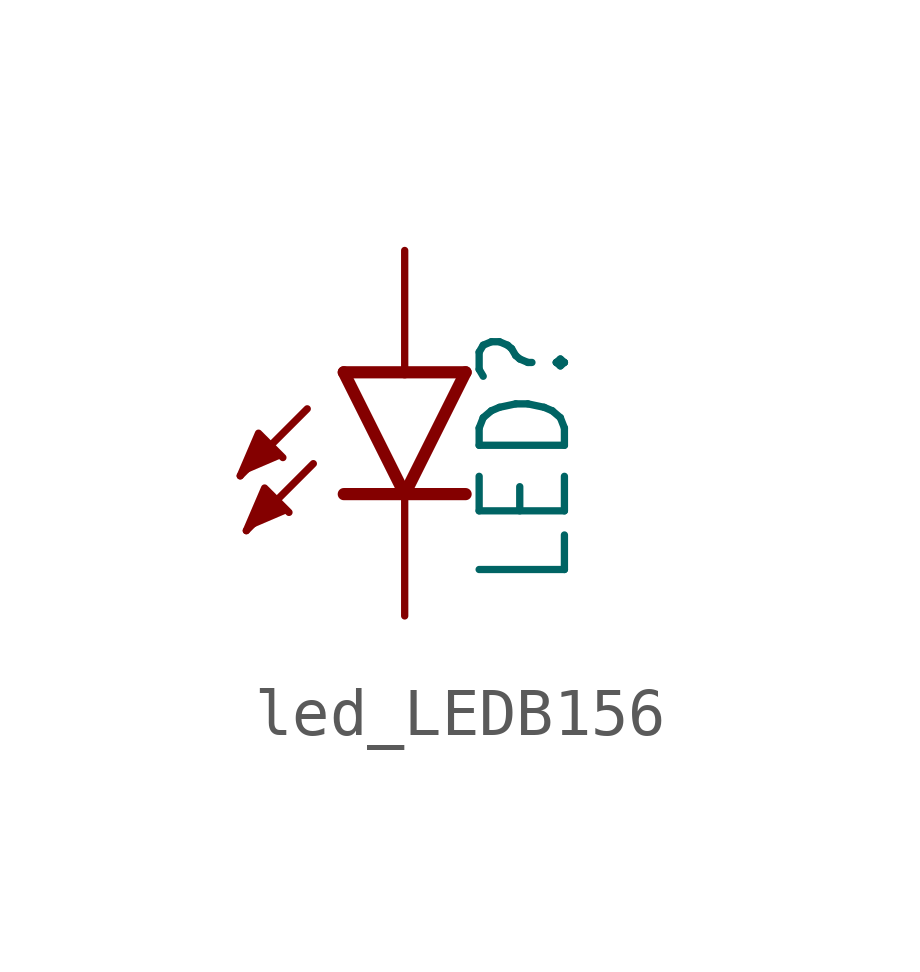
<source format=kicad_sym>
(kicad_symbol_lib
  (version 20231120)
  (generator "kicad_symbol_editor")
  (generator_version "8.0")
  (symbol "led_LEDB156"
    (property "Reference" "LED"
      (at 3.556 -4.572 90)
      (effects (font (size 1.778 1.511)) (justify left bottom)))
    (property "Value" ""
      (at 5.715 -4.572 90)
      (effects (font (size 1.778 1.511)) (justify left bottom)))
    (property "ki_locked" ""
      (at 0 0 0)
      (effects (font (size 1.27 1.27))))
    (symbol "led_LEDB156_1_0"
      (polyline (pts (xy -2.032 -0.762) (xy -3.429 -2.159)) (stroke (width 0.152) (type solid)) (fill (type none)))
      (polyline (pts (xy -1.905 -1.905) (xy -3.302 -3.302)) (stroke (width 0.152) (type solid)) (fill (type none)))
      (polyline (pts (xy 0 -2.54) (xy -1.27 -2.54)) (stroke (width 0.254) (type solid)) (fill (type none)))
      (polyline (pts (xy 0 -2.54) (xy -1.27 0)) (stroke (width 0.254) (type solid)) (fill (type none)))
      (polyline (pts (xy 0 0) (xy -1.27 0)) (stroke (width 0.254) (type solid)) (fill (type none)))
      (polyline (pts (xy 1.27 -2.54) (xy 0 -2.54)) (stroke (width 0.254) (type solid)) (fill (type none)))
      (polyline (pts (xy 1.27 0) (xy 0 -2.54)) (stroke (width 0.254) (type solid)) (fill (type none)))
      (polyline (pts (xy 1.27 0) (xy 0 0)) (stroke (width 0.254) (type solid)) (fill (type none)))
      (polyline (pts (xy -3.429 -2.159) (xy -3.048 -1.27) (xy -2.54 -1.778)) (stroke (width 0.152) (type solid)) (fill (type outline)))
      (polyline (pts (xy -3.302 -3.302) (xy -2.921 -2.413) (xy -2.413 -2.921)) (stroke (width 0.152) (type solid)) (fill (type outline)))
      (pin passive line (at 0 2.54 270) (length 2.54) (name "A" (effects (font (size 0 0)))) (number "A" (effects (font (size 0 0)))))
      (pin passive line (at 0 -5.08 90) (length 2.54) (name "C" (effects (font (size 0 0)))) (number "K" (effects (font (size 0 0))))))))
</source>
